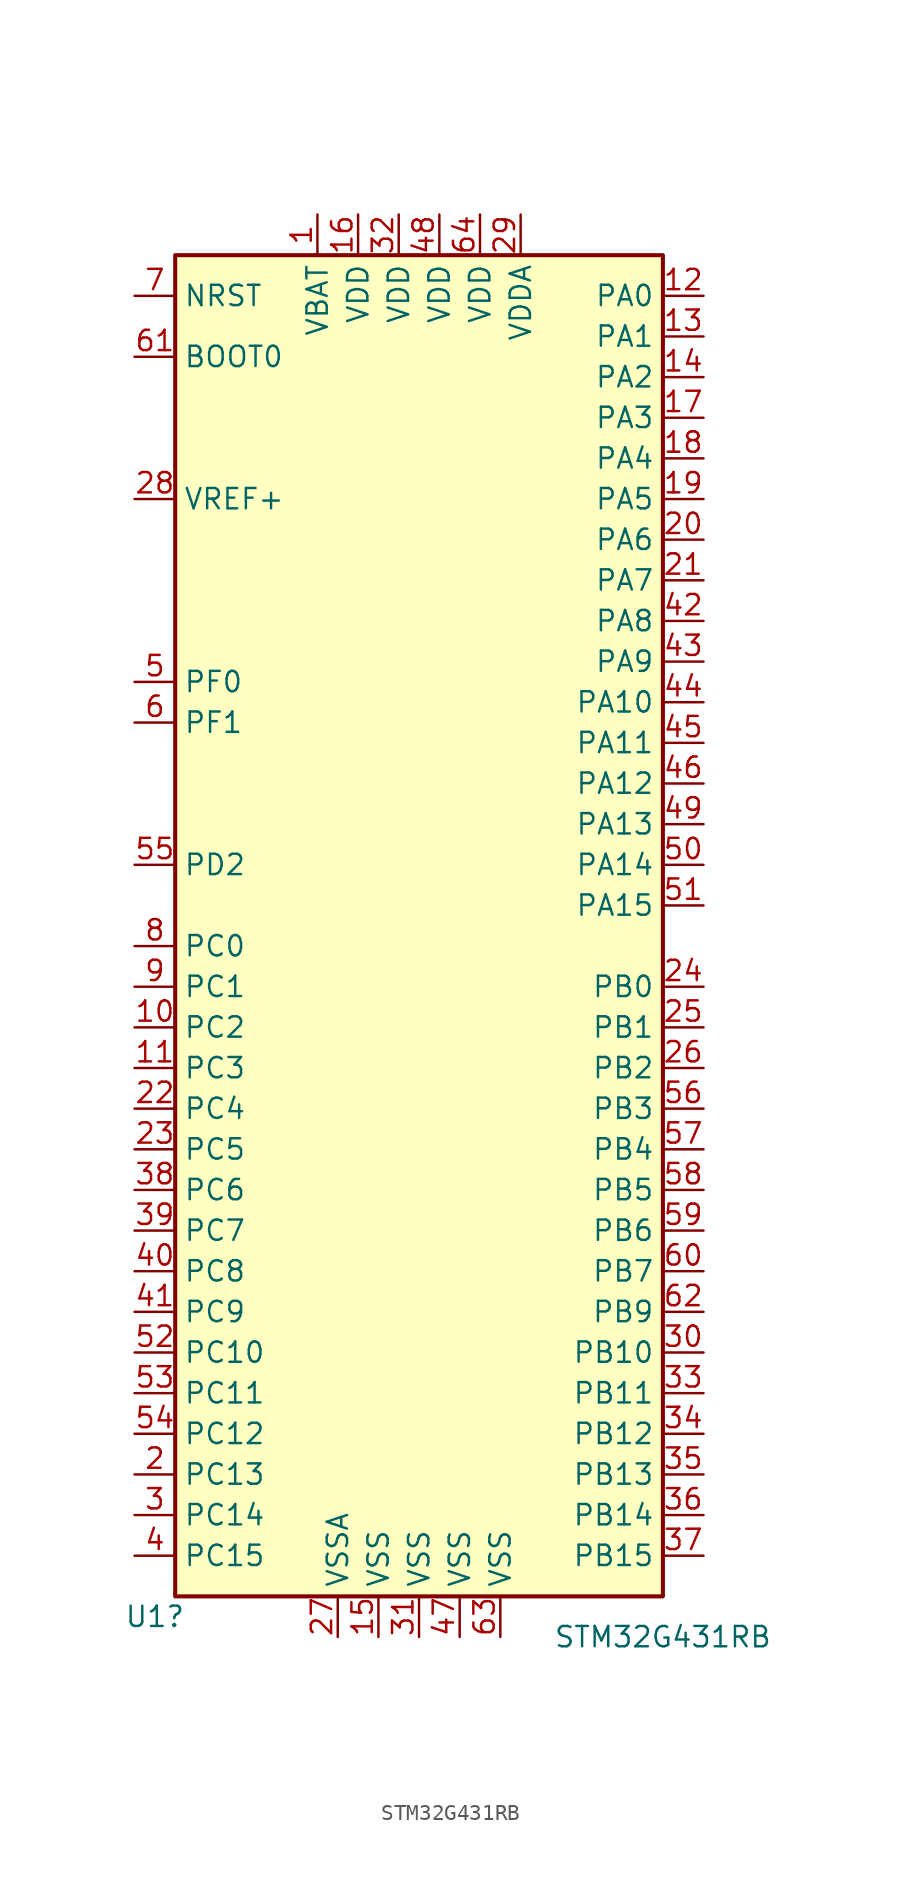
<source format=kicad_sym>
(kicad_symbol_lib
  (version 20201005)
  (generator kicad_symbol_editor)
  (symbol "STM32G431RB:STM32G431RB"
    (property "Reference" "U1"
      (at -16.51 -44.45 0)
      (effects (font (size 1.27 1.27))))
    (property "Value" "STM32G431RB"
      (at 15.24 -45.72 0)
      (effects (font (size 1.27 1.27))))
    (symbol "STM32G431RB_0_0"
      (pin power_in line (at -17.78 25.4 0) (length 2.54) (name "VREF+" (effects (font (size 1.27 1.27)))) (number "28" (effects (font (size 1.27 1.27)))))
      (pin bidirectional line (at 17.78 -30.48 180) (length 2.54) (name "PB11" (effects (font (size 1.27 1.27)))) (number "33" (effects (font (size 1.27 1.27))))))
    (symbol "STM32G431RB_0_1"
      (rectangle (start -15.24 -43.18) (end 15.24 40.64) (stroke (width 0.254)) (fill (type background))))
    (symbol "STM32G431RB_1_1"
      (pin power_in line (at -6.35 43.18 270) (length 2.54) (name "VBAT" (effects (font (size 1.27 1.27)))) (number "1" (effects (font (size 1.27 1.27)))))
      (pin bidirectional line (at -17.78 -7.62 0) (length 2.54) (name "PC2" (effects (font (size 1.27 1.27)))) (number "10" (effects (font (size 1.27 1.27)))))
      (pin bidirectional line (at -17.78 -10.16 0) (length 2.54) (name "PC3" (effects (font (size 1.27 1.27)))) (number "11" (effects (font (size 1.27 1.27)))))
      (pin bidirectional line (at 17.78 38.1 180) (length 2.54) (name "PA0" (effects (font (size 1.27 1.27)))) (number "12" (effects (font (size 1.27 1.27)))))
      (pin bidirectional line (at 17.78 35.56 180) (length 2.54) (name "PA1" (effects (font (size 1.27 1.27)))) (number "13" (effects (font (size 1.27 1.27)))))
      (pin bidirectional line (at 17.78 33.02 180) (length 2.54) (name "PA2" (effects (font (size 1.27 1.27)))) (number "14" (effects (font (size 1.27 1.27)))))
      (pin power_in line (at -2.54 -45.72 90) (length 2.54) (name "VSS" (effects (font (size 1.27 1.27)))) (number "15" (effects (font (size 1.27 1.27)))))
      (pin power_in line (at -3.81 43.18 270) (length 2.54) (name "VDD" (effects (font (size 1.27 1.27)))) (number "16" (effects (font (size 1.27 1.27)))))
      (pin bidirectional line (at 17.78 30.48 180) (length 2.54) (name "PA3" (effects (font (size 1.27 1.27)))) (number "17" (effects (font (size 1.27 1.27)))))
      (pin bidirectional line (at 17.78 27.94 180) (length 2.54) (name "PA4" (effects (font (size 1.27 1.27)))) (number "18" (effects (font (size 1.27 1.27)))))
      (pin bidirectional line (at 17.78 25.4 180) (length 2.54) (name "PA5" (effects (font (size 1.27 1.27)))) (number "19" (effects (font (size 1.27 1.27)))))
      (pin bidirectional line (at -17.78 -35.56 0) (length 2.54) (name "PC13" (effects (font (size 1.27 1.27)))) (number "2" (effects (font (size 1.27 1.27)))))
      (pin bidirectional line (at 17.78 22.86 180) (length 2.54) (name "PA6" (effects (font (size 1.27 1.27)))) (number "20" (effects (font (size 1.27 1.27)))))
      (pin bidirectional line (at 17.78 20.32 180) (length 2.54) (name "PA7" (effects (font (size 1.27 1.27)))) (number "21" (effects (font (size 1.27 1.27)))))
      (pin bidirectional line (at -17.78 -12.7 0) (length 2.54) (name "PC4" (effects (font (size 1.27 1.27)))) (number "22" (effects (font (size 1.27 1.27)))))
      (pin bidirectional line (at -17.78 -15.24 0) (length 2.54) (name "PC5" (effects (font (size 1.27 1.27)))) (number "23" (effects (font (size 1.27 1.27)))))
      (pin bidirectional line (at 17.78 -5.08 180) (length 2.54) (name "PB0" (effects (font (size 1.27 1.27)))) (number "24" (effects (font (size 1.27 1.27)))))
      (pin bidirectional line (at 17.78 -7.62 180) (length 2.54) (name "PB1" (effects (font (size 1.27 1.27)))) (number "25" (effects (font (size 1.27 1.27)))))
      (pin bidirectional line (at 17.78 -10.16 180) (length 2.54) (name "PB2" (effects (font (size 1.27 1.27)))) (number "26" (effects (font (size 1.27 1.27)))))
      (pin power_in line (at -5.08 -45.72 90) (length 2.54) (name "VSSA" (effects (font (size 1.27 1.27)))) (number "27" (effects (font (size 1.27 1.27)))))
      (pin power_in line (at 6.35 43.18 270) (length 2.54) (name "VDDA" (effects (font (size 1.27 1.27)))) (number "29" (effects (font (size 1.27 1.27)))))
      (pin bidirectional line (at -17.78 -38.1 0) (length 2.54) (name "PC14" (effects (font (size 1.27 1.27)))) (number "3" (effects (font (size 1.27 1.27)))))
      (pin bidirectional line (at 17.78 -27.94 180) (length 2.54) (name "PB10" (effects (font (size 1.27 1.27)))) (number "30" (effects (font (size 1.27 1.27)))))
      (pin power_in line (at 0 -45.72 90) (length 2.54) (name "VSS" (effects (font (size 1.27 1.27)))) (number "31" (effects (font (size 1.27 1.27)))))
      (pin power_in line (at -1.27 43.18 270) (length 2.54) (name "VDD" (effects (font (size 1.27 1.27)))) (number "32" (effects (font (size 1.27 1.27)))))
      (pin bidirectional line (at 17.78 -33.02 180) (length 2.54) (name "PB12" (effects (font (size 1.27 1.27)))) (number "34" (effects (font (size 1.27 1.27)))))
      (pin bidirectional line (at 17.78 -35.56 180) (length 2.54) (name "PB13" (effects (font (size 1.27 1.27)))) (number "35" (effects (font (size 1.27 1.27)))))
      (pin bidirectional line (at 17.78 -38.1 180) (length 2.54) (name "PB14" (effects (font (size 1.27 1.27)))) (number "36" (effects (font (size 1.27 1.27)))))
      (pin bidirectional line (at 17.78 -40.64 180) (length 2.54) (name "PB15" (effects (font (size 1.27 1.27)))) (number "37" (effects (font (size 1.27 1.27)))))
      (pin bidirectional line (at -17.78 -17.78 0) (length 2.54) (name "PC6" (effects (font (size 1.27 1.27)))) (number "38" (effects (font (size 1.27 1.27)))))
      (pin bidirectional line (at -17.78 -20.32 0) (length 2.54) (name "PC7" (effects (font (size 1.27 1.27)))) (number "39" (effects (font (size 1.27 1.27)))))
      (pin bidirectional line (at -17.78 -40.64 0) (length 2.54) (name "PC15" (effects (font (size 1.27 1.27)))) (number "4" (effects (font (size 1.27 1.27)))))
      (pin bidirectional line (at -17.78 -22.86 0) (length 2.54) (name "PC8" (effects (font (size 1.27 1.27)))) (number "40" (effects (font (size 1.27 1.27)))))
      (pin bidirectional line (at -17.78 -25.4 0) (length 2.54) (name "PC9" (effects (font (size 1.27 1.27)))) (number "41" (effects (font (size 1.27 1.27)))))
      (pin bidirectional line (at 17.78 17.78 180) (length 2.54) (name "PA8" (effects (font (size 1.27 1.27)))) (number "42" (effects (font (size 1.27 1.27)))))
      (pin bidirectional line (at 17.78 15.24 180) (length 2.54) (name "PA9" (effects (font (size 1.27 1.27)))) (number "43" (effects (font (size 1.27 1.27)))))
      (pin bidirectional line (at 17.78 12.7 180) (length 2.54) (name "PA10" (effects (font (size 1.27 1.27)))) (number "44" (effects (font (size 1.27 1.27)))))
      (pin bidirectional line (at 17.78 10.16 180) (length 2.54) (name "PA11" (effects (font (size 1.27 1.27)))) (number "45" (effects (font (size 1.27 1.27)))))
      (pin bidirectional line (at 17.78 7.62 180) (length 2.54) (name "PA12" (effects (font (size 1.27 1.27)))) (number "46" (effects (font (size 1.27 1.27)))))
      (pin power_in line (at 2.54 -45.72 90) (length 2.54) (name "VSS" (effects (font (size 1.27 1.27)))) (number "47" (effects (font (size 1.27 1.27)))))
      (pin power_in line (at 1.27 43.18 270) (length 2.54) (name "VDD" (effects (font (size 1.27 1.27)))) (number "48" (effects (font (size 1.27 1.27)))))
      (pin bidirectional line (at 17.78 5.08 180) (length 2.54) (name "PA13" (effects (font (size 1.27 1.27)))) (number "49" (effects (font (size 1.27 1.27)))))
      (pin input line (at -17.78 13.97 0) (length 2.54) (name "PF0" (effects (font (size 1.27 1.27)))) (number "5" (effects (font (size 1.27 1.27)))))
      (pin bidirectional line (at 17.78 2.54 180) (length 2.54) (name "PA14" (effects (font (size 1.27 1.27)))) (number "50" (effects (font (size 1.27 1.27)))))
      (pin bidirectional line (at 17.78 0 180) (length 2.54) (name "PA15" (effects (font (size 1.27 1.27)))) (number "51" (effects (font (size 1.27 1.27)))))
      (pin bidirectional line (at -17.78 -27.94 0) (length 2.54) (name "PC10" (effects (font (size 1.27 1.27)))) (number "52" (effects (font (size 1.27 1.27)))))
      (pin bidirectional line (at -17.78 -30.48 0) (length 2.54) (name "PC11" (effects (font (size 1.27 1.27)))) (number "53" (effects (font (size 1.27 1.27)))))
      (pin bidirectional line (at -17.78 -33.02 0) (length 2.54) (name "PC12" (effects (font (size 1.27 1.27)))) (number "54" (effects (font (size 1.27 1.27)))))
      (pin bidirectional line (at -17.78 2.54 0) (length 2.54) (name "PD2" (effects (font (size 1.27 1.27)))) (number "55" (effects (font (size 1.27 1.27)))))
      (pin bidirectional line (at 17.78 -12.7 180) (length 2.54) (name "PB3" (effects (font (size 1.27 1.27)))) (number "56" (effects (font (size 1.27 1.27)))))
      (pin bidirectional line (at 17.78 -15.24 180) (length 2.54) (name "PB4" (effects (font (size 1.27 1.27)))) (number "57" (effects (font (size 1.27 1.27)))))
      (pin bidirectional line (at 17.78 -17.78 180) (length 2.54) (name "PB5" (effects (font (size 1.27 1.27)))) (number "58" (effects (font (size 1.27 1.27)))))
      (pin bidirectional line (at 17.78 -20.32 180) (length 2.54) (name "PB6" (effects (font (size 1.27 1.27)))) (number "59" (effects (font (size 1.27 1.27)))))
      (pin input line (at -17.78 11.43 0) (length 2.54) (name "PF1" (effects (font (size 1.27 1.27)))) (number "6" (effects (font (size 1.27 1.27)))))
      (pin bidirectional line (at 17.78 -22.86 180) (length 2.54) (name "PB7" (effects (font (size 1.27 1.27)))) (number "60" (effects (font (size 1.27 1.27)))))
      (pin input line (at -17.78 34.29 0) (length 2.54) (name "BOOT0" (effects (font (size 1.27 1.27)))) (number "61" (effects (font (size 1.27 1.27)))))
      (pin bidirectional line (at 17.78 -25.4 180) (length 2.54) (name "PB9" (effects (font (size 1.27 1.27)))) (number "62" (effects (font (size 1.27 1.27)))))
      (pin power_in line (at 5.08 -45.72 90) (length 2.54) (name "VSS" (effects (font (size 1.27 1.27)))) (number "63" (effects (font (size 1.27 1.27)))))
      (pin power_in line (at 3.81 43.18 270) (length 2.54) (name "VDD" (effects (font (size 1.27 1.27)))) (number "64" (effects (font (size 1.27 1.27)))))
      (pin input line (at -17.78 38.1 0) (length 2.54) (name "NRST" (effects (font (size 1.27 1.27)))) (number "7" (effects (font (size 1.27 1.27)))))
      (pin bidirectional line (at -17.78 -2.54 0) (length 2.54) (name "PC0" (effects (font (size 1.27 1.27)))) (number "8" (effects (font (size 1.27 1.27)))))
      (pin bidirectional line (at -17.78 -5.08 0) (length 2.54) (name "PC1" (effects (font (size 1.27 1.27)))) (number "9" (effects (font (size 1.27 1.27))))))))
</source>
